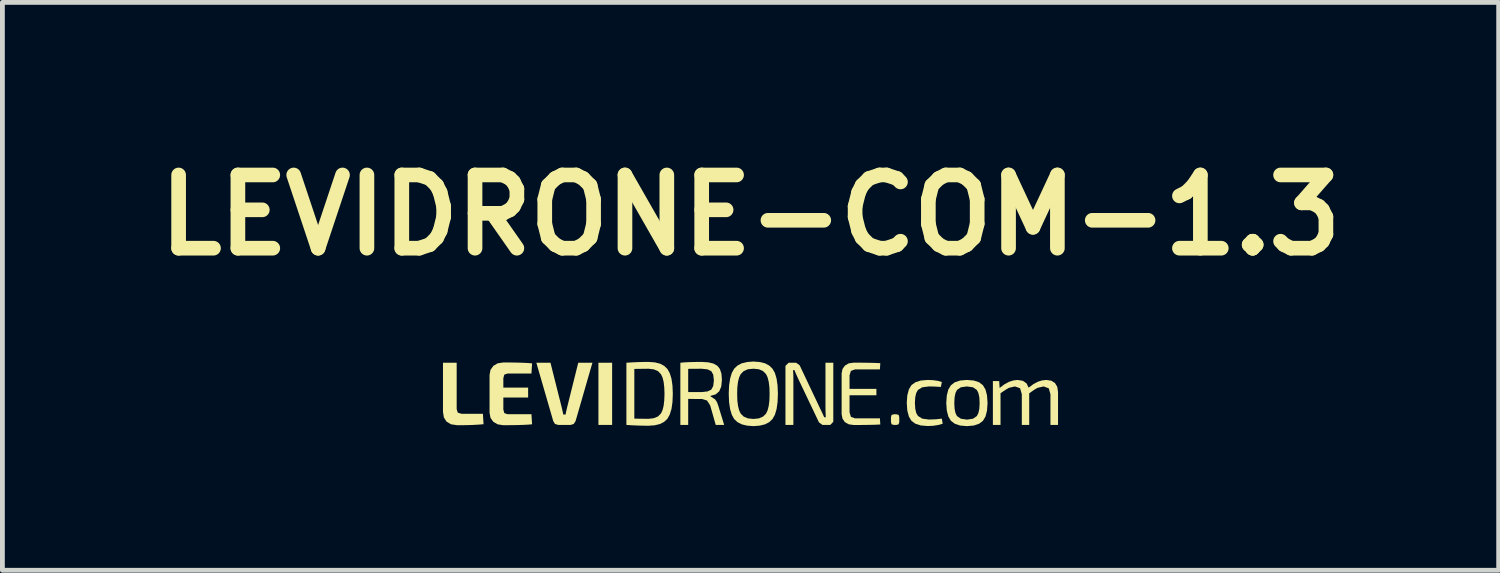
<source format=kicad_pcb>
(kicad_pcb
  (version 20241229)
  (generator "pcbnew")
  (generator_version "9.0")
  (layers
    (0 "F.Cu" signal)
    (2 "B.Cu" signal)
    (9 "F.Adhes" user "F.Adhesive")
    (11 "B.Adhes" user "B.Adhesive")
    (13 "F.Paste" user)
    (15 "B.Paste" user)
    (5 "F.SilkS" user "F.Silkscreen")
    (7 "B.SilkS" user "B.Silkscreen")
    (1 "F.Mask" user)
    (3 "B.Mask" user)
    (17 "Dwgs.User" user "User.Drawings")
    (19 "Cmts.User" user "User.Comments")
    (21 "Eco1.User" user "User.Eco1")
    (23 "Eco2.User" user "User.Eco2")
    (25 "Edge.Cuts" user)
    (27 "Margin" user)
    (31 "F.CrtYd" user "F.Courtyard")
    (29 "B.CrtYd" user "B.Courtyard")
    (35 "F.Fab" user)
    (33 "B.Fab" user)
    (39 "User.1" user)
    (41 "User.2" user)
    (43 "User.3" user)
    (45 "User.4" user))
  (footprint "LEVIDRONE-COM-1.3"
    (layer "F.Cu")
    (at 12.569 5.146)
    (property "Reference" "LEVIDRONE-COM-1.3" (at 0 -3.72 0) (layer "F.SilkS") (effects (font (size 1.524 1.524) (thickness 0.305))))
    (attr smd)
    (fp_poly (pts (xy -2.88 0.647) (xy -3.165 0.647) (xy -3.165 -0.647) (xy -2.88 -0.647) (xy -2.88 0.647)) (stroke (width 0) (type solid)) (fill yes) (layer "F.SilkS"))
    (fp_poly (pts (xy 2.983 0.426) (xy 3.036 0.426) (xy 3.083 0.439) (xy 3.096 0.486) (xy 3.096 0.587) (xy 3.083 0.634) (xy 3.036 0.647) (xy 2.983 0.647) (xy 2.936 0.634) (xy 2.923 0.587) (xy 2.923 0.486) (xy 2.936 0.439) (xy 2.983 0.426)) (stroke (width 0) (type solid)) (fill yes) (layer "F.SilkS"))
    (fp_poly (pts (xy -6.115 -0.647) (xy -6.115 0.319) (xy -6.092 0.392) (xy -6.014 0.415) (xy -5.569 0.415) (xy -5.556 0.632) (xy -5.661 0.641) (xy -5.788 0.648) (xy -5.935 0.652) (xy -6.104 0.653) (xy -6.234 0.634) (xy -6.327 0.578) (xy -6.382 0.49) (xy -6.4 0.377) (xy -6.4 -0.647) (xy -6.115 -0.647)) (stroke (width 0) (type solid)) (fill yes) (layer "F.SilkS"))
    (fp_poly (pts (xy -3.29 -0.647) (xy -3.641 0.568) (xy -3.679 0.627) (xy -3.743 0.647) (xy -4.003 0.647) (xy -4.069 0.627) (xy -4.105 0.568) (xy -4.457 -0.647) (xy -4.163 -0.647) (xy -3.928 0.287) (xy -3.911 0.361) (xy -3.896 0.431) (xy -3.849 0.431) (xy -3.839 0.378) (xy -3.818 0.287) (xy -3.585 -0.647) (xy -3.29 -0.647) (xy -3.29 -0.647)) (stroke (width 0) (type solid)) (fill yes) (layer "F.SilkS"))
    (fp_poly (pts (xy 1.723 -0.647) (xy 1.723 0.582) (xy 1.66 0.647) (xy 1.498 0.647) (xy 1.425 0.595) (xy 0.988 -0.323) (xy 0.938 -0.435) (xy 0.915 -0.493) (xy 0.885 -0.493) (xy 0.89 -0.413) (xy 0.892 -0.323) (xy 0.892 0.647) (xy 0.727 0.647) (xy 0.727 -0.582) (xy 0.793 -0.647) (xy 0.949 -0.647) (xy 1.022 -0.595) (xy 1.446 0.3) (xy 1.491 0.393) (xy 1.534 0.488) (xy 1.566 0.488) (xy 1.562 0.388) (xy 1.56 0.291) (xy 1.56 -0.647) (xy 1.723 -0.647)) (stroke (width 0) (type solid)) (fill yes) (layer "F.SilkS"))
    (fp_poly (pts (xy 2.693 0.51) (xy 2.701 0.638) (xy 2.602 0.643) (xy 2.476 0.646) (xy 2.324 0.648) (xy 2.146 0.649) (xy 2.043 0.634) (xy 1.964 0.589) (xy 1.914 0.517) (xy 1.896 0.424) (xy 1.896 -0.424) (xy 1.914 -0.516) (xy 1.964 -0.587) (xy 2.043 -0.634) (xy 2.146 -0.649) (xy 2.324 -0.648) (xy 2.476 -0.646) (xy 2.602 -0.643) (xy 2.701 -0.638) (xy 2.693 -0.508) (xy 2.174 -0.508) (xy 2.089 -0.477) (xy 2.061 -0.385) (xy 2.061 -0.103) (xy 2.62 -0.103) (xy 2.62 0.03) (xy 2.061 0.03) (xy 2.061 0.385) (xy 2.089 0.479) (xy 2.174 0.51) (xy 2.693 0.51)) (stroke (width 0) (type solid)) (fill yes) (layer "F.SilkS"))
    (fp_poly (pts (xy -4.559 0.424) (xy -4.546 0.634) (xy -4.626 0.641) (xy -4.726 0.646) (xy -4.847 0.65) (xy -4.986 0.652) (xy -5.146 0.653) (xy -5.262 0.635) (xy -5.352 0.583) (xy -5.411 0.5) (xy -5.431 0.392) (xy -5.431 -0.392) (xy -5.411 -0.499) (xy -5.352 -0.582) (xy -5.262 -0.635) (xy -5.146 -0.653) (xy -4.986 -0.652) (xy -4.847 -0.65) (xy -4.726 -0.646) (xy -4.626 -0.641) (xy -4.546 -0.634) (xy -4.559 -0.422) (xy -5.056 -0.422) (xy -5.124 -0.4) (xy -5.144 -0.326) (xy -5.144 -0.129) (xy -4.628 -0.129) (xy -4.628 0.077) (xy -5.144 0.077) (xy -5.144 0.326) (xy -5.124 0.401) (xy -5.056 0.424) (xy -4.559 0.424)) (stroke (width 0) (type solid)) (fill yes) (layer "F.SilkS"))
    (fp_poly (pts (xy 3.982 0.516) (xy 3.999 0.623) (xy 3.904 0.649) (xy 3.8 0.665) (xy 3.686 0.67) (xy 3.543 0.658) (xy 3.431 0.622) (xy 3.35 0.563) (xy 3.296 0.473) (xy 3.263 0.349) (xy 3.252 0.189) (xy 3.263 0.031) (xy 3.296 -0.093) (xy 3.35 -0.182) (xy 3.432 -0.241) (xy 3.544 -0.277) (xy 3.688 -0.289) (xy 3.8 -0.284) (xy 3.898 -0.27) (xy 3.982 -0.246) (xy 3.961 -0.143) (xy 3.838 -0.151) (xy 3.714 -0.154) (xy 3.574 -0.136) (xy 3.485 -0.081) (xy 3.449 -0.018) (xy 3.428 0.072) (xy 3.421 0.189) (xy 3.428 0.308) (xy 3.449 0.399) (xy 3.485 0.461) (xy 3.574 0.516) (xy 3.714 0.535) (xy 3.856 0.53) (xy 3.982 0.516) (xy 3.982 0.516)) (stroke (width 0) (type solid)) (fill yes) (layer "F.SilkS"))
    (fp_poly (pts (xy 5.175 -0.266) (xy 5.184 -0.122) (xy 5.28 -0.195) (xy 5.374 -0.247) (xy 5.467 -0.278) (xy 5.558 -0.289) (xy 5.668 -0.271) (xy 5.745 -0.217) (xy 5.788 -0.128) (xy 5.881 -0.198) (xy 5.973 -0.249) (xy 6.065 -0.279) (xy 6.156 -0.289) (xy 6.26 -0.273) (xy 6.336 -0.225) (xy 6.384 -0.146) (xy 6.4 -0.038) (xy 6.4 0.647) (xy 6.242 0.647) (xy 6.242 0.008) (xy 6.207 -0.114) (xy 6.1 -0.154) (xy 5.972 -0.124) (xy 5.899 -0.081) (xy 5.8 -0.011) (xy 5.8 0.647) (xy 5.646 0.647) (xy 5.646 0.008) (xy 5.61 -0.116) (xy 5.503 -0.154) (xy 5.376 -0.124) (xy 5.303 -0.081) (xy 5.203 -0.013) (xy 5.203 0.647) (xy 5.044 0.647) (xy 5.044 -0.266) (xy 5.175 -0.266) (xy 5.175 -0.266)) (stroke (width 0) (type solid)) (fill yes) (layer "F.SilkS"))
    (fp_poly (pts (xy -0.548 0.647) (xy -1.017 -0.036) (xy -0.894 -0.05) (xy -0.816 -0.088) (xy -0.776 -0.162) (xy -0.762 -0.281) (xy -0.776 -0.399) (xy -0.816 -0.471) (xy -0.894 -0.509) (xy -1.017 -0.522) (xy -1.19 -0.521) (xy -1.297 -0.52) (xy -1.297 -0.036) (xy -1.297 -0.036) (xy -1.017 -0.036) (xy -0.548 0.647) (xy -0.724 0.647) (xy -0.839 0.242) (xy -0.905 0.139) (xy -1.011 0.107) (xy -1.085 0.107) (xy -1.173 0.107) (xy -1.297 0.105) (xy -1.297 0.647) (xy -1.46 0.647) (xy -1.46 -0.647) (xy -1.373 -0.655) (xy -1.269 -0.66) (xy -1.15 -0.663) (xy -1.013 -0.664) (xy -0.875 -0.655) (xy -0.767 -0.628) (xy -0.689 -0.583) (xy -0.637 -0.516) (xy -0.605 -0.418) (xy -0.595 -0.291) (xy -0.609 -0.151) (xy -0.651 -0.053) (xy -0.724 0.011) (xy -0.833 0.043) (xy -0.833 0.053) (xy -0.738 0.114) (xy -0.7 0.169) (xy -0.674 0.238) (xy -0.548 0.647) (xy -0.548 0.647)) (stroke (width 0) (type solid)) (fill yes) (layer "F.SilkS"))
    (fp_poly (pts (xy 4.504 -0.289) (xy 4.71 -0.081) (xy 4.63 -0.136) (xy 4.504 -0.154) (xy 4.377 -0.136) (xy 4.297 -0.081) (xy 4.266 -0.018) (xy 4.247 0.073) (xy 4.241 0.191) (xy 4.247 0.31) (xy 4.266 0.401) (xy 4.297 0.463) (xy 4.377 0.518) (xy 4.504 0.537) (xy 4.63 0.518) (xy 4.71 0.463) (xy 4.742 0.401) (xy 4.762 0.31) (xy 4.768 0.191) (xy 4.762 0.073) (xy 4.742 -0.018) (xy 4.71 -0.081) (xy 4.504 -0.289) (xy 4.646 -0.277) (xy 4.756 -0.241) (xy 4.836 -0.18) (xy 4.89 -0.09) (xy 4.922 0.033) (xy 4.933 0.191) (xy 4.922 0.349) (xy 4.89 0.473) (xy 4.836 0.563) (xy 4.756 0.623) (xy 4.646 0.66) (xy 4.504 0.672) (xy 4.363 0.66) (xy 4.252 0.623) (xy 4.172 0.563) (xy 4.117 0.473) (xy 4.085 0.349) (xy 4.074 0.191) (xy 4.085 0.033) (xy 4.117 -0.09) (xy 4.172 -0.18) (xy 4.252 -0.241) (xy 4.363 -0.277) (xy 4.504 -0.289)) (stroke (width 0) (type solid)) (fill yes) (layer "F.SilkS"))
    (fp_poly (pts (xy -2.583 0.647) (xy -2.418 -0.518) (xy -2.418 0.516) (xy -2.31 0.518) (xy -2.212 0.519) (xy -2.122 0.52) (xy -2.011 0.507) (xy -1.924 0.47) (xy -1.863 0.407) (xy -1.831 0.339) (xy -1.808 0.248) (xy -1.795 0.135) (xy -1.79 0) (xy -1.795 -0.135) (xy -1.808 -0.248) (xy -1.831 -0.339) (xy -1.863 -0.407) (xy -1.924 -0.471) (xy -2.011 -0.509) (xy -2.122 -0.522) (xy -2.208 -0.521) (xy -2.307 -0.52) (xy -2.418 -0.518) (xy -2.583 0.647) (xy -2.583 -0.647) (xy -2.463 -0.655) (xy -2.346 -0.66) (xy -2.232 -0.663) (xy -2.122 -0.664) (xy -1.993 -0.655) (xy -1.884 -0.628) (xy -1.797 -0.582) (xy -1.73 -0.518) (xy -1.681 -0.431) (xy -1.645 -0.316) (xy -1.624 -0.172) (xy -1.617 0) (xy -1.624 0.172) (xy -1.645 0.317) (xy -1.681 0.432) (xy -1.73 0.52) (xy -1.797 0.583) (xy -1.884 0.628) (xy -1.993 0.655) (xy -2.122 0.664) (xy -2.232 0.663) (xy -2.346 0.66) (xy -2.463 0.655) (xy -2.583 0.647)) (stroke (width 0) (type solid)) (fill yes) (layer "F.SilkS"))
    (fp_poly (pts (xy -0.34 -0.523) (xy 0.06 -0.523) (xy -0.055 -0.511) (xy -0.143 -0.473) (xy -0.205 -0.409) (xy -0.237 -0.341) (xy -0.26 -0.25) (xy -0.274 -0.137) (xy -0.278 0) (xy -0.274 0.137) (xy -0.26 0.251) (xy -0.237 0.342) (xy -0.205 0.411) (xy -0.143 0.473) (xy -0.055 0.511) (xy 0.06 0.523) (xy 0.174 0.511) (xy 0.262 0.473) (xy 0.324 0.411) (xy 0.356 0.342) (xy 0.379 0.251) (xy 0.393 0.137) (xy 0.397 0) (xy 0.393 -0.137) (xy 0.379 -0.25) (xy 0.356 -0.341) (xy 0.324 -0.409) (xy 0.262 -0.473) (xy 0.174 -0.511) (xy 0.06 -0.523) (xy -0.34 -0.523) (xy -0.272 -0.588) (xy -0.183 -0.635) (xy -0.072 -0.662) (xy 0.06 -0.672) (xy 0.191 -0.662) (xy 0.302 -0.635) (xy 0.39 -0.588) (xy 0.457 -0.523) (xy 0.507 -0.436) (xy 0.542 -0.319) (xy 0.563 -0.174) (xy 0.57 0) (xy 0.563 0.174) (xy 0.542 0.32) (xy 0.507 0.437) (xy 0.457 0.525) (xy 0.39 0.589) (xy 0.302 0.635) (xy 0.191 0.662) (xy 0.06 0.672) (xy -0.072 0.662) (xy -0.183 0.635) (xy -0.272 0.589) (xy -0.34 0.525) (xy -0.389 0.437) (xy -0.424 0.32) (xy -0.446 0.174) (xy -0.453 0) (xy -0.446 -0.174) (xy -0.424 -0.319) (xy -0.389 -0.436) (xy -0.34 -0.523)) (stroke (width 0) (type solid)) (fill yes) (layer "F.SilkS")))
  (gr_rect
    (start -3 -3)
    (end 28.139 8.818)
    (stroke (width 0.1) (type default))
    (fill no)
    (layer "Edge.Cuts")))
</source>
